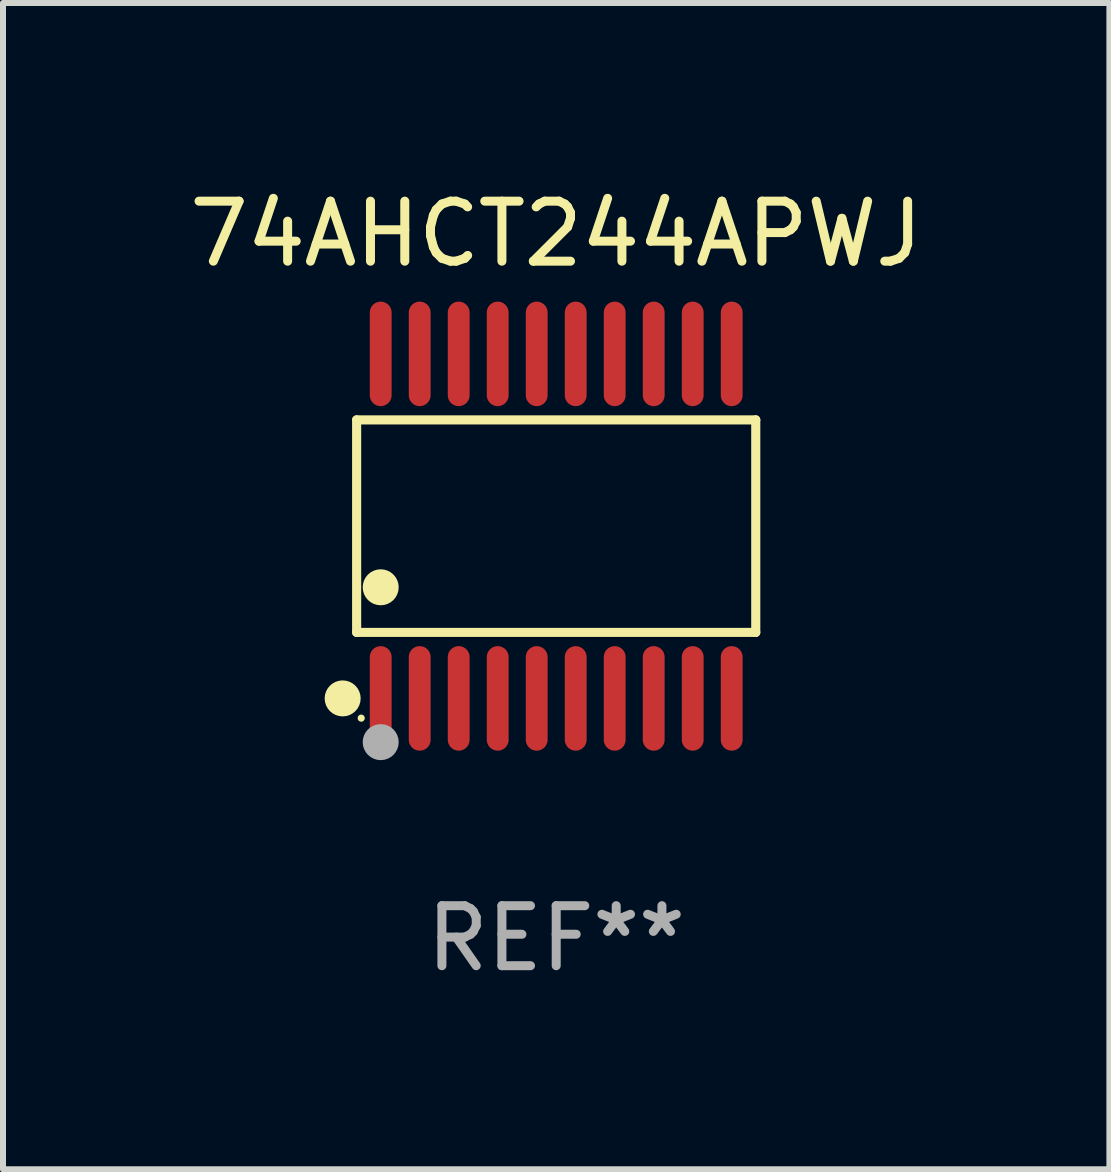
<source format=kicad_pcb>
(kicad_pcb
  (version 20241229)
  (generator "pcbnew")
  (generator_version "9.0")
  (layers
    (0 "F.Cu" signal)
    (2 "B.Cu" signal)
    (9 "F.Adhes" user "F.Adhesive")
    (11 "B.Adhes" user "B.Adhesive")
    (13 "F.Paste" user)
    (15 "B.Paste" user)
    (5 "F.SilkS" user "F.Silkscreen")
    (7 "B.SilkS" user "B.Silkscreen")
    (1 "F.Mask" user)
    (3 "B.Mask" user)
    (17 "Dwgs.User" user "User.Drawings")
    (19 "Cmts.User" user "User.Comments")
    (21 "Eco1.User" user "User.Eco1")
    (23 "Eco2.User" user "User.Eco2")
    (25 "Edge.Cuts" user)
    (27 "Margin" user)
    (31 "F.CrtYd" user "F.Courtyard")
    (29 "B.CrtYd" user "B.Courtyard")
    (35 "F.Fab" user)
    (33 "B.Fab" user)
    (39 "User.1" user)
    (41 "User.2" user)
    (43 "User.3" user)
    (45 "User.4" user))
  (footprint "74AHCT244APWJ"
    (layer "F.Cu")
    (at 6.22 5.719)
    (property "Reference" "74AHCT244APWJ" (at 0 -4.871 0) (layer "F.SilkS") (effects (font (size 1 1) (thickness 0.15))))
    (attr through_hole)
    (fp_line (start -3.326 -1.771) (end 3.326 -1.771) (stroke (width 0.152) (type solid)) (layer "F.SilkS"))
    (fp_line (start -3.326 1.771) (end -3.326 -1.771) (stroke (width 0.152) (type solid)) (layer "F.SilkS"))
    (fp_line (start 3.326 -1.771) (end 3.326 1.771) (stroke (width 0.152) (type solid)) (layer "F.SilkS"))
    (fp_line (start 3.326 1.771) (end -3.326 1.771) (stroke (width 0.152) (type solid)) (layer "F.SilkS"))
    (fp_circle (center -3.559 2.871) (end -3.409 2.871) (stroke (width 0.3) (type solid)) (fill no) (layer "F.SilkS"))
    (fp_circle (center -3.25 3.2) (end -3.22 3.2) (stroke (width 0.06) (type solid)) (fill no) (layer "F.SilkS"))
    (fp_circle (center -2.925 1.019) (end -2.775 1.019) (stroke (width 0.3) (type solid)) (fill no) (layer "F.SilkS"))
    (fp_circle (center -2.925 3.6) (end -2.775 3.6) (stroke (width 0.3) (type solid)) (fill no) (layer "F.Fab"))
    (fp_text user "REF**" (at 0 6.871 0) (layer "F.Fab") (effects (font (size 1 1) (thickness 0.15))))
    (pad "1" smd oval (at -2.925 2.871) (size 0.364 1.742) (layers "F.Cu" "F.Mask" "F.Paste"))
    (pad "2" smd oval (at -2.275 2.871) (size 0.364 1.742) (layers "F.Cu" "F.Mask" "F.Paste"))
    (pad "3" smd oval (at -1.625 2.871) (size 0.364 1.742) (layers "F.Cu" "F.Mask" "F.Paste"))
    (pad "4" smd oval (at -0.975 2.871) (size 0.364 1.742) (layers "F.Cu" "F.Mask" "F.Paste"))
    (pad "5" smd oval (at -0.325 2.871) (size 0.364 1.742) (layers "F.Cu" "F.Mask" "F.Paste"))
    (pad "6" smd oval (at 0.325 2.871) (size 0.364 1.742) (layers "F.Cu" "F.Mask" "F.Paste"))
    (pad "7" smd oval (at 0.975 2.871) (size 0.364 1.742) (layers "F.Cu" "F.Mask" "F.Paste"))
    (pad "8" smd oval (at 1.625 2.871) (size 0.364 1.742) (layers "F.Cu" "F.Mask" "F.Paste"))
    (pad "9" smd oval (at 2.275 2.871) (size 0.364 1.742) (layers "F.Cu" "F.Mask" "F.Paste"))
    (pad "10" smd oval (at 2.925 2.871) (size 0.364 1.742) (layers "F.Cu" "F.Mask" "F.Paste"))
    (pad "11" smd oval (at 2.925 -2.871) (size 0.364 1.742) (layers "F.Cu" "F.Mask" "F.Paste"))
    (pad "12" smd oval (at 2.275 -2.871) (size 0.364 1.742) (layers "F.Cu" "F.Mask" "F.Paste"))
    (pad "13" smd oval (at 1.625 -2.871) (size 0.364 1.742) (layers "F.Cu" "F.Mask" "F.Paste"))
    (pad "14" smd oval (at 0.975 -2.871) (size 0.364 1.742) (layers "F.Cu" "F.Mask" "F.Paste"))
    (pad "15" smd oval (at 0.325 -2.871) (size 0.364 1.742) (layers "F.Cu" "F.Mask" "F.Paste"))
    (pad "16" smd oval (at -0.325 -2.871) (size 0.364 1.742) (layers "F.Cu" "F.Mask" "F.Paste"))
    (pad "17" smd oval (at -0.975 -2.871) (size 0.364 1.742) (layers "F.Cu" "F.Mask" "F.Paste"))
    (pad "18" smd oval (at -1.625 -2.871) (size 0.364 1.742) (layers "F.Cu" "F.Mask" "F.Paste"))
    (pad "19" smd oval (at -2.275 -2.871) (size 0.364 1.742) (layers "F.Cu" "F.Mask" "F.Paste"))
    (pad "20" smd oval (at -2.925 -2.871) (size 0.364 1.742) (layers "F.Cu" "F.Mask" "F.Paste")))
  (gr_rect
    (start -3 -3)
    (end 15.44 16.438)
    (stroke (width 0.1) (type default))
    (fill no)
    (layer "Edge.Cuts")))
</source>
